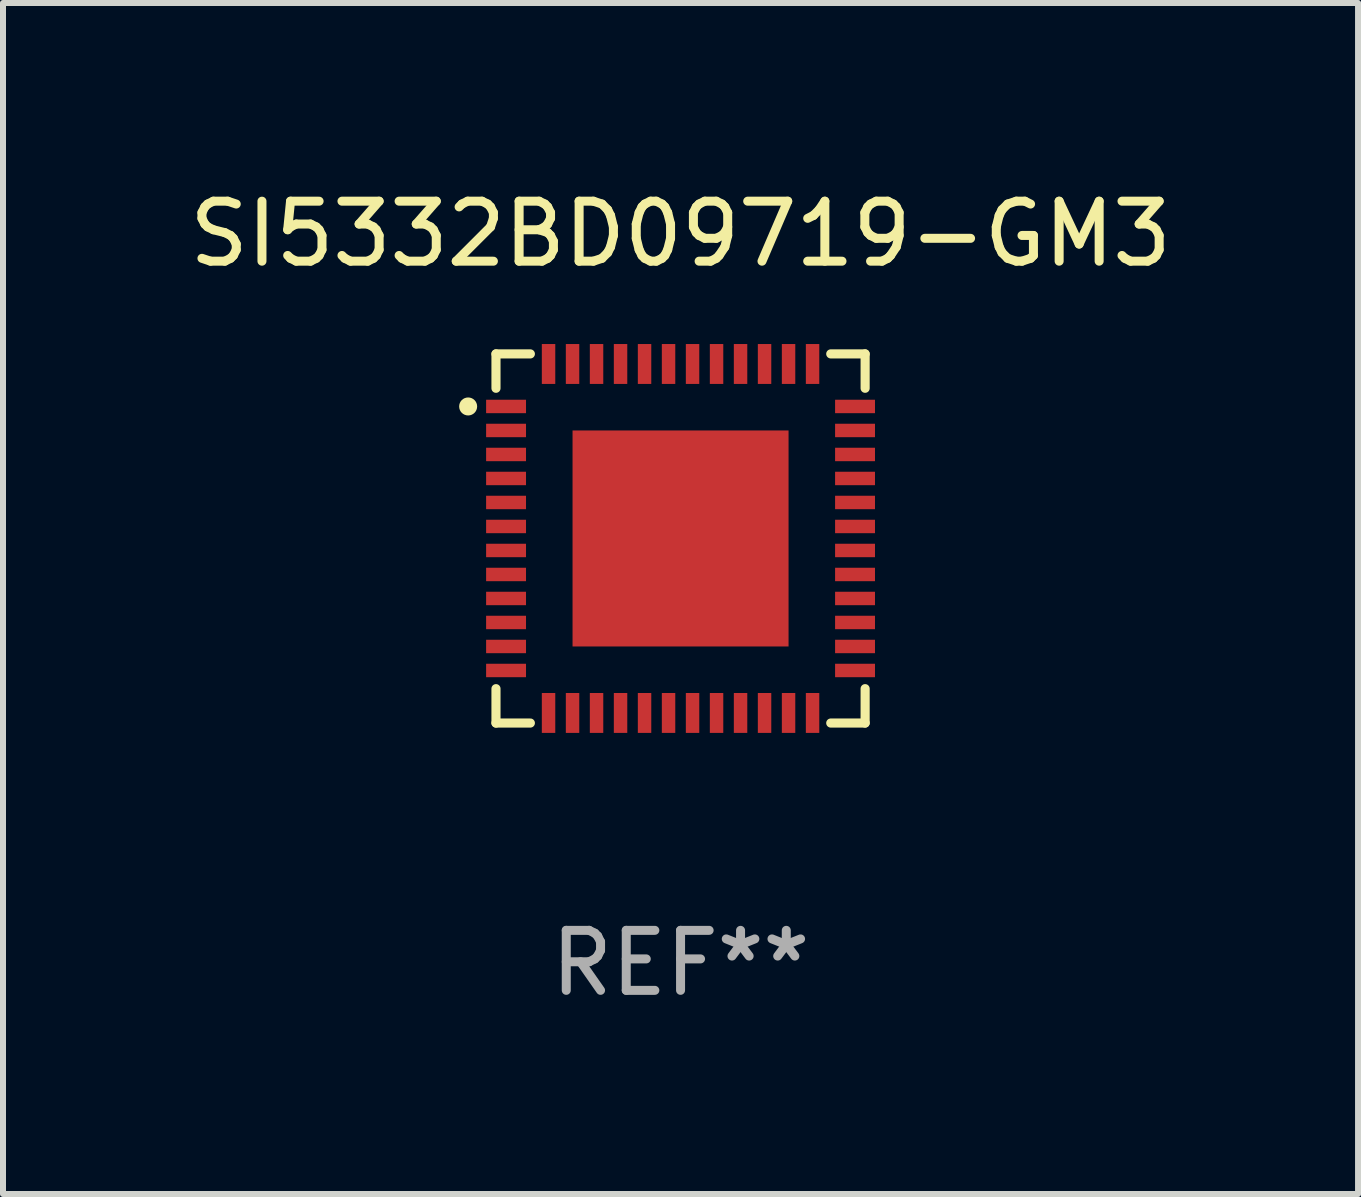
<source format=kicad_pcb>
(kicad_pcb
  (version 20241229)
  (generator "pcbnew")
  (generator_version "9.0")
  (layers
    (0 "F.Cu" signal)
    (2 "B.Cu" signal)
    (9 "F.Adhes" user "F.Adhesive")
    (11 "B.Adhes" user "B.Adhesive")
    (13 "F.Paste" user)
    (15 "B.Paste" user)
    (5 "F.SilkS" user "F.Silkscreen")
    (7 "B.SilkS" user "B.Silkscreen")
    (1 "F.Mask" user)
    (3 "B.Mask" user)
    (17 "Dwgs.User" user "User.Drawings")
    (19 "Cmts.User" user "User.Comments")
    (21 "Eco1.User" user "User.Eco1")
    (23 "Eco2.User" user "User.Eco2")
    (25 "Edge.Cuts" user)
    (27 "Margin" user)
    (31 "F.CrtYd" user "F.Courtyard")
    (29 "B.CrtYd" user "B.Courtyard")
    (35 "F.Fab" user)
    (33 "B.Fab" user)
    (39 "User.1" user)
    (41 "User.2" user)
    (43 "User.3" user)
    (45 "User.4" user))
  (footprint "SI5332BD09719-GM3"
    (layer "F.Cu")
    (at 8.292 5.924)
    (property "Reference" "SI5332BD09719-GM3" (at 0 -5.076 0) (layer "F.SilkS") (effects (font (size 1 1) (thickness 0.15))))
    (attr through_hole)
    (fp_line (start -3.076 -3.076) (end -3.076 -2.503) (stroke (width 0.152) (type solid)) (layer "F.SilkS"))
    (fp_line (start -3.076 3.076) (end -3.076 2.503) (stroke (width 0.152) (type solid)) (layer "F.SilkS"))
    (fp_line (start -2.503 -3.076) (end -3.076 -3.076) (stroke (width 0.152) (type solid)) (layer "F.SilkS"))
    (fp_line (start -2.503 3.076) (end -3.076 3.076) (stroke (width 0.152) (type solid)) (layer "F.SilkS"))
    (fp_line (start 2.503 -3.076) (end 3.076 -3.076) (stroke (width 0.152) (type solid)) (layer "F.SilkS"))
    (fp_line (start 2.503 3.076) (end 3.076 3.076) (stroke (width 0.152) (type solid)) (layer "F.SilkS"))
    (fp_line (start 3.076 -3.076) (end 3.076 -2.503) (stroke (width 0.152) (type solid)) (layer "F.SilkS"))
    (fp_line (start 3.076 3.076) (end 3.076 2.503) (stroke (width 0.152) (type solid)) (layer "F.SilkS"))
    (fp_circle (center -3.54 -2.2) (end -3.465 -2.2) (stroke (width 0.15) (type solid)) (fill no) (layer "F.SilkS"))
    (fp_text user "REF**" (at 0 7.076 0) (layer "F.Fab") (effects (font (size 1 1) (thickness 0.15))))
    (pad "1" smd rect (at -2.908 -2.2) (size 0.665 0.224) (layers "F.Cu" "F.Mask" "F.Paste"))
    (pad "2" smd rect (at -2.908 -1.8) (size 0.665 0.224) (layers "F.Cu" "F.Mask" "F.Paste"))
    (pad "3" smd rect (at -2.908 -1.4) (size 0.665 0.224) (layers "F.Cu" "F.Mask" "F.Paste"))
    (pad "4" smd rect (at -2.908 -1) (size 0.665 0.224) (layers "F.Cu" "F.Mask" "F.Paste"))
    (pad "5" smd rect (at -2.908 -0.6) (size 0.665 0.224) (layers "F.Cu" "F.Mask" "F.Paste"))
    (pad "6" smd rect (at -2.908 -0.2) (size 0.665 0.224) (layers "F.Cu" "F.Mask" "F.Paste"))
    (pad "7" smd rect (at -2.908 0.2) (size 0.665 0.224) (layers "F.Cu" "F.Mask" "F.Paste"))
    (pad "8" smd rect (at -2.908 0.6) (size 0.665 0.224) (layers "F.Cu" "F.Mask" "F.Paste"))
    (pad "9" smd rect (at -2.908 1) (size 0.665 0.224) (layers "F.Cu" "F.Mask" "F.Paste"))
    (pad "10" smd rect (at -2.908 1.4) (size 0.665 0.224) (layers "F.Cu" "F.Mask" "F.Paste"))
    (pad "11" smd rect (at -2.908 1.8) (size 0.665 0.224) (layers "F.Cu" "F.Mask" "F.Paste"))
    (pad "12" smd rect (at -2.908 2.2) (size 0.665 0.224) (layers "F.Cu" "F.Mask" "F.Paste"))
    (pad "13" smd rect (at -2.2 2.908) (size 0.224 0.665) (layers "F.Cu" "F.Mask" "F.Paste"))
    (pad "14" smd rect (at -1.8 2.908) (size 0.224 0.665) (layers "F.Cu" "F.Mask" "F.Paste"))
    (pad "15" smd rect (at -1.4 2.908) (size 0.224 0.665) (layers "F.Cu" "F.Mask" "F.Paste"))
    (pad "16" smd rect (at -1 2.908) (size 0.224 0.665) (layers "F.Cu" "F.Mask" "F.Paste"))
    (pad "17" smd rect (at -0.6 2.908) (size 0.224 0.665) (layers "F.Cu" "F.Mask" "F.Paste"))
    (pad "18" smd rect (at -0.2 2.908) (size 0.224 0.665) (layers "F.Cu" "F.Mask" "F.Paste"))
    (pad "19" smd rect (at 0.2 2.908) (size 0.224 0.665) (layers "F.Cu" "F.Mask" "F.Paste"))
    (pad "20" smd rect (at 0.6 2.908) (size 0.224 0.665) (layers "F.Cu" "F.Mask" "F.Paste"))
    (pad "21" smd rect (at 1 2.908) (size 0.224 0.665) (layers "F.Cu" "F.Mask" "F.Paste"))
    (pad "22" smd rect (at 1.4 2.908) (size 0.224 0.665) (layers "F.Cu" "F.Mask" "F.Paste"))
    (pad "23" smd rect (at 1.8 2.908) (size 0.224 0.665) (layers "F.Cu" "F.Mask" "F.Paste"))
    (pad "24" smd rect (at 2.2 2.908) (size 0.224 0.665) (layers "F.Cu" "F.Mask" "F.Paste"))
    (pad "25" smd rect (at 2.908 2.2) (size 0.665 0.224) (layers "F.Cu" "F.Mask" "F.Paste"))
    (pad "26" smd rect (at 2.908 1.8) (size 0.665 0.224) (layers "F.Cu" "F.Mask" "F.Paste"))
    (pad "27" smd rect (at 2.908 1.4) (size 0.665 0.224) (layers "F.Cu" "F.Mask" "F.Paste"))
    (pad "28" smd rect (at 2.908 1) (size 0.665 0.224) (layers "F.Cu" "F.Mask" "F.Paste"))
    (pad "29" smd rect (at 2.908 0.6) (size 0.665 0.224) (layers "F.Cu" "F.Mask" "F.Paste"))
    (pad "30" smd rect (at 2.908 0.2) (size 0.665 0.224) (layers "F.Cu" "F.Mask" "F.Paste"))
    (pad "31" smd rect (at 2.908 -0.2) (size 0.665 0.224) (layers "F.Cu" "F.Mask" "F.Paste"))
    (pad "32" smd rect (at 2.908 -0.6) (size 0.665 0.224) (layers "F.Cu" "F.Mask" "F.Paste"))
    (pad "33" smd rect (at 2.908 -1) (size 0.665 0.224) (layers "F.Cu" "F.Mask" "F.Paste"))
    (pad "34" smd rect (at 2.908 -1.4) (size 0.665 0.224) (layers "F.Cu" "F.Mask" "F.Paste"))
    (pad "35" smd rect (at 2.908 -1.8) (size 0.665 0.224) (layers "F.Cu" "F.Mask" "F.Paste"))
    (pad "36" smd rect (at 2.908 -2.2) (size 0.665 0.224) (layers "F.Cu" "F.Mask" "F.Paste"))
    (pad "37" smd rect (at 2.2 -2.908) (size 0.224 0.665) (layers "F.Cu" "F.Mask" "F.Paste"))
    (pad "38" smd rect (at 1.8 -2.908) (size 0.224 0.665) (layers "F.Cu" "F.Mask" "F.Paste"))
    (pad "39" smd rect (at 1.4 -2.908) (size 0.224 0.665) (layers "F.Cu" "F.Mask" "F.Paste"))
    (pad "40" smd rect (at 1 -2.908) (size 0.224 0.665) (layers "F.Cu" "F.Mask" "F.Paste"))
    (pad "41" smd rect (at 0.6 -2.908) (size 0.224 0.665) (layers "F.Cu" "F.Mask" "F.Paste"))
    (pad "42" smd rect (at 0.2 -2.908) (size 0.224 0.665) (layers "F.Cu" "F.Mask" "F.Paste"))
    (pad "43" smd rect (at -0.2 -2.908) (size 0.224 0.665) (layers "F.Cu" "F.Mask" "F.Paste"))
    (pad "44" smd rect (at -0.6 -2.908) (size 0.224 0.665) (layers "F.Cu" "F.Mask" "F.Paste"))
    (pad "45" smd rect (at -1 -2.908) (size 0.224 0.665) (layers "F.Cu" "F.Mask" "F.Paste"))
    (pad "46" smd rect (at -1.4 -2.908) (size 0.224 0.665) (layers "F.Cu" "F.Mask" "F.Paste"))
    (pad "47" smd rect (at -1.8 -2.908) (size 0.224 0.665) (layers "F.Cu" "F.Mask" "F.Paste"))
    (pad "48" smd rect (at -2.2 -2.908) (size 0.224 0.665) (layers "F.Cu" "F.Mask" "F.Paste"))
    (pad "49" smd rect (at 0 0) (size 3.6 3.6) (layers "F.Cu" "F.Mask" "F.Paste")))
  (gr_rect
    (start -3 -3)
    (end 19.583 16.849)
    (stroke (width 0.1) (type default))
    (fill no)
    (layer "Edge.Cuts")))
</source>
